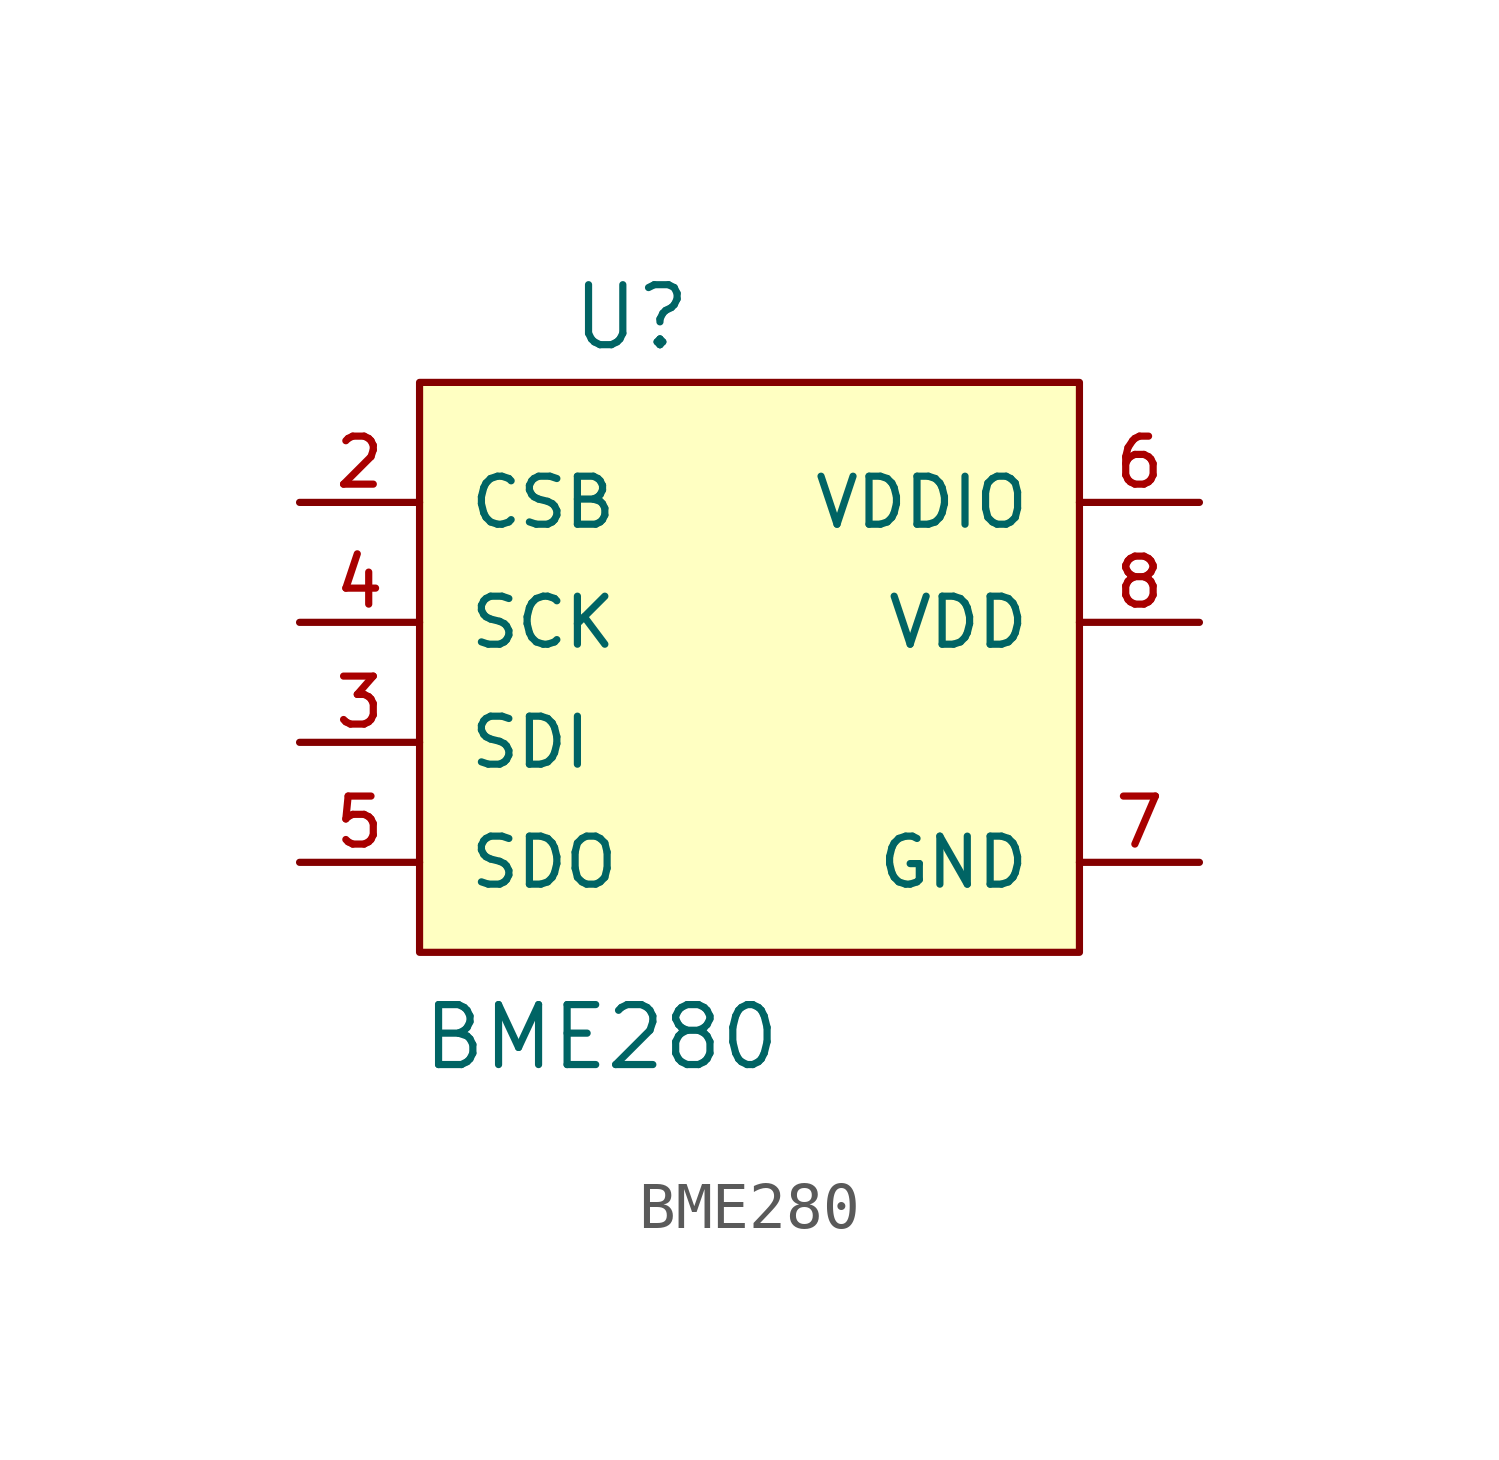
<source format=kicad_sym>
(kicad_symbol_lib
  (version 20241209)
  (generator "kicad_symbol_editor")
  (generator_version "9.0")
  (symbol "BME280"
    (pin_names
      (offset 1.016))
    (property "Reference" "U"
      (at -3.81 6.985 0)
      (effects (font (size 1.27 1.27)) (justify left bottom)))
    (property "Value" "BME280"
      (at -6.985 -8.255 0)
      (effects (font (size 1.27 1.27)) (justify left bottom)))
    (symbol "BME280_1_0"
      (pin input line (at -9.525 3.81 0) (length 2.54) (name "CSB" (effects (font (size 1.016 1.016)))) (number "2" (effects (font (size 1.016 1.016)))))
      (pin input line (at -9.525 1.27 0) (length 2.54) (name "SCK" (effects (font (size 1.016 1.016)))) (number "4" (effects (font (size 1.016 1.016)))))
      (pin bidirectional line (at -9.525 -1.27 0) (length 2.54) (name "SDI" (effects (font (size 1.016 1.016)))) (number "3" (effects (font (size 1.016 1.016)))))
      (pin bidirectional line (at -9.525 -3.81 0) (length 2.54) (name "SDO" (effects (font (size 1.016 1.016)))) (number "5" (effects (font (size 1.016 1.016)))))
      (pin power_in line (at 9.525 3.81 180) (length 2.54) (name "VDDIO" (effects (font (size 1.016 1.016)))) (number "6" (effects (font (size 1.016 1.016)))))
      (pin power_in line (at 9.525 1.27 180) (length 2.54) (name "VDD" (effects (font (size 1.016 1.016)))) (number "8" (effects (font (size 1.016 1.016)))))
      (pin power_in line (at 9.525 -3.81 180) (length 2.54) (hide yes) (name "GND" (effects (font (size 1.016 1.016)))) (number "1" (effects (font (size 1.016 1.016)))))
      (pin power_in line (at 9.525 -3.81 180) (length 2.54) (name "GND" (effects (font (size 1.016 1.016)))) (number "7" (effects (font (size 1.016 1.016))))))
    (symbol "BME280_1_1"
      (rectangle (start -6.985 6.35) (end 6.985 -5.715) (stroke (width 0) (type default)) (fill (type background))))))
</source>
